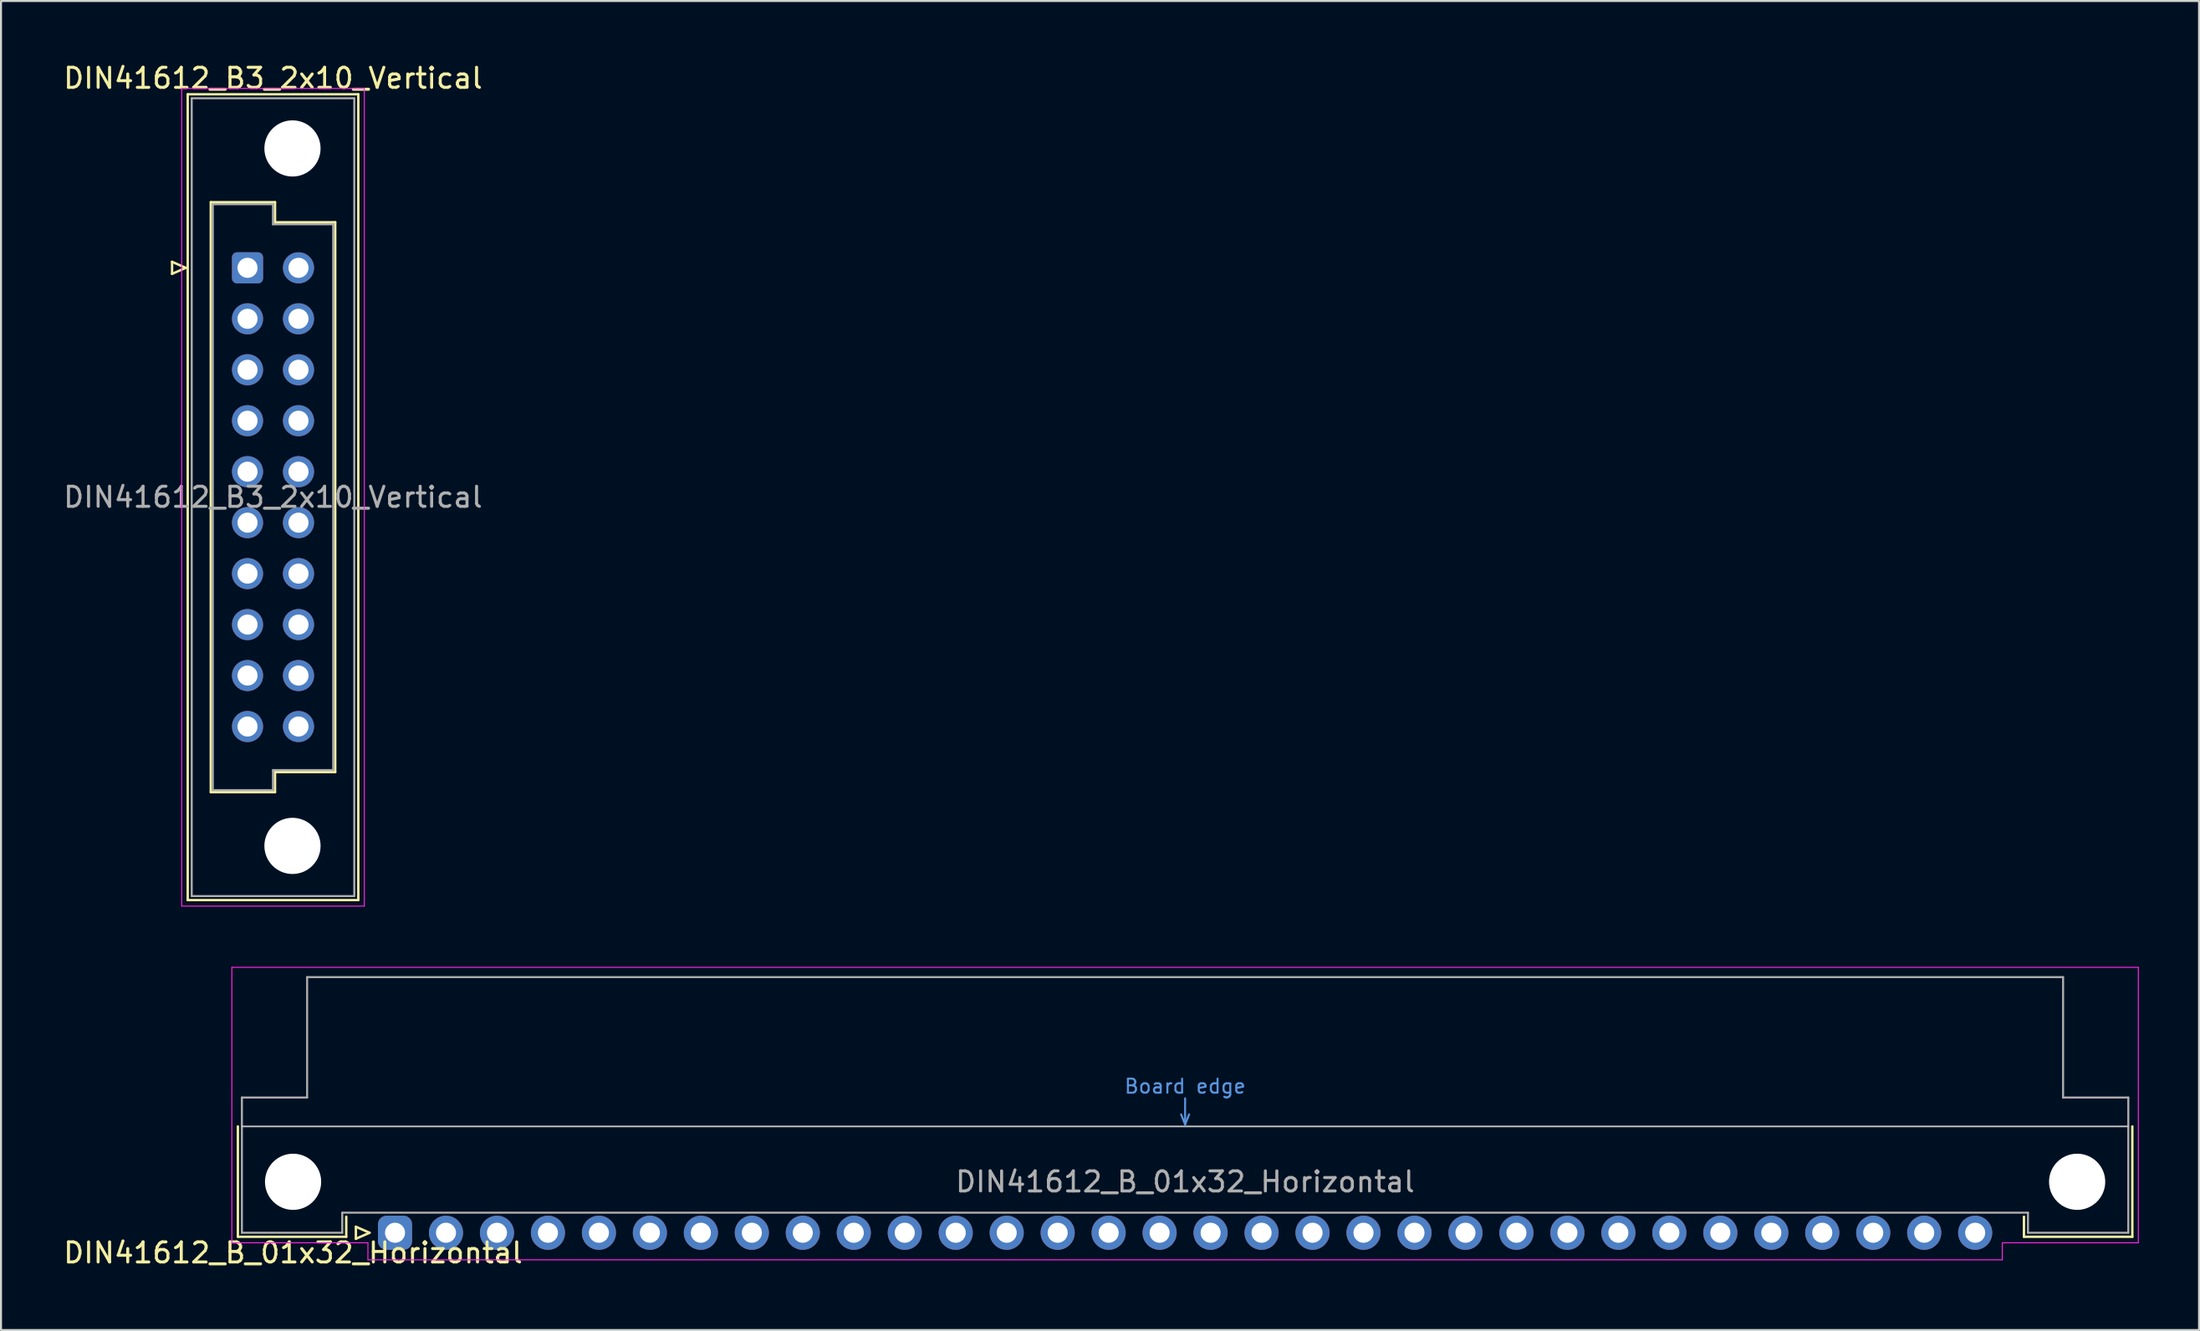
<source format=kicad_pcb>
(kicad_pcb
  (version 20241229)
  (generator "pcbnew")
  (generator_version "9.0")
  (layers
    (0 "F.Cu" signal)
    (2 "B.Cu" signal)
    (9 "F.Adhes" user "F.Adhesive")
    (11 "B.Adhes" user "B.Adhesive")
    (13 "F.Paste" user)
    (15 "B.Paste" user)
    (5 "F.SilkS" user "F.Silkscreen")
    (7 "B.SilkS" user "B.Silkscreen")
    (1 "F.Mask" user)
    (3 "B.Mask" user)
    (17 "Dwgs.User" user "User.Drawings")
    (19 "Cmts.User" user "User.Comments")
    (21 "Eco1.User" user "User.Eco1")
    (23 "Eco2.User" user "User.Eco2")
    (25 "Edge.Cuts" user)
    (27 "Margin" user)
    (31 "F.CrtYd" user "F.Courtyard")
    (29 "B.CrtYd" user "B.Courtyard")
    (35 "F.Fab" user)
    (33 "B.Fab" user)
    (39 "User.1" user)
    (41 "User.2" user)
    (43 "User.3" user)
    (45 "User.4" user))
  (footprint "DIN41612_B_01x32_Horizontal"
    (layer "F.Cu")
    (at 16.634 58.388)
    (property "Reference" "DIN41612_B_01x32_Horizontal" (at -5.08 1 0) (layer "F.SilkS") (effects (font (size 1 1) (thickness 0.15))))
    (attr through_hole)
    (fp_line (start -7.83 -5.3) (end -7.83 0.2) (stroke (width 0.12) (type solid)) (layer "F.SilkS"))
    (fp_line (start -7.83 0.2) (end -2.43 0.2) (stroke (width 0.12) (type solid)) (layer "F.SilkS"))
    (fp_line (start -2.43 0.2) (end -2.43 -0.8) (stroke (width 0.12) (type solid)) (layer "F.SilkS"))
    (fp_line (start -1.95 -0.3) (end -1.95 0.3) (stroke (width 0.12) (type solid)) (layer "F.SilkS"))
    (fp_line (start -1.95 0.3) (end -1.27 0) (stroke (width 0.12) (type solid)) (layer "F.SilkS"))
    (fp_line (start -1.27 0) (end -1.95 -0.3) (stroke (width 0.12) (type solid)) (layer "F.SilkS"))
    (fp_line (start 81.17 0.2) (end 81.17 -0.8) (stroke (width 0.12) (type solid)) (layer "F.SilkS"))
    (fp_line (start 86.57 -5.3) (end 86.57 0.2) (stroke (width 0.12) (type solid)) (layer "F.SilkS"))
    (fp_line (start 86.57 0.2) (end 81.17 0.2) (stroke (width 0.12) (type solid)) (layer "F.SilkS"))
    (fp_line (start -7.63 -5.3) (end 86.37 -5.3) (stroke (width 0.08) (type solid)) (layer "Dwgs.User"))
    (fp_line (start 39.17 -5.9) (end 39.37 -5.4) (stroke (width 0.1) (type solid)) (layer "Cmts.User"))
    (fp_line (start 39.37 -5.4) (end 39.37 -6.7) (stroke (width 0.1) (type solid)) (layer "Cmts.User"))
    (fp_line (start 39.37 -5.4) (end 39.57 -5.9) (stroke (width 0.1) (type solid)) (layer "Cmts.User"))
    (fp_line (start -8.13 -13.23) (end -8.13 0.5) (stroke (width 0.05) (type solid)) (layer "F.CrtYd"))
    (fp_line (start -8.13 0.5) (end -1.35 0.5) (stroke (width 0.05) (type solid)) (layer "F.CrtYd"))
    (fp_line (start -1.35 0.5) (end -1.35 1.35) (stroke (width 0.05) (type solid)) (layer "F.CrtYd"))
    (fp_line (start -1.35 1.35) (end 80.09 1.35) (stroke (width 0.05) (type solid)) (layer "F.CrtYd"))
    (fp_line (start 80.09 0.5) (end 86.87 0.5) (stroke (width 0.05) (type solid)) (layer "F.CrtYd"))
    (fp_line (start 80.09 1.35) (end 80.09 0.5) (stroke (width 0.05) (type solid)) (layer "F.CrtYd"))
    (fp_line (start 86.87 -13.23) (end -8.13 -13.23) (stroke (width 0.05) (type solid)) (layer "F.CrtYd"))
    (fp_line (start 86.87 0.5) (end 86.87 -13.23) (stroke (width 0.05) (type solid)) (layer "F.CrtYd"))
    (fp_line (start -7.63 -6.74) (end -7.63 0) (stroke (width 0.1) (type solid)) (layer "F.Fab"))
    (fp_line (start -7.63 0) (end -2.63 0) (stroke (width 0.1) (type solid)) (layer "F.Fab"))
    (fp_line (start -4.38 -12.74) (end -4.38 -6.74) (stroke (width 0.1) (type solid)) (layer "F.Fab"))
    (fp_line (start -4.38 -6.74) (end -7.63 -6.74) (stroke (width 0.1) (type solid)) (layer "F.Fab"))
    (fp_line (start -2.63 -1) (end 81.37 -1) (stroke (width 0.1) (type solid)) (layer "F.Fab"))
    (fp_line (start -2.63 0) (end -2.63 -1) (stroke (width 0.1) (type solid)) (layer "F.Fab"))
    (fp_line (start 81.37 -1) (end 81.37 0) (stroke (width 0.1) (type solid)) (layer "F.Fab"))
    (fp_line (start 81.37 0) (end 86.37 0) (stroke (width 0.1) (type solid)) (layer "F.Fab"))
    (fp_line (start 83.12 -12.74) (end -4.38 -12.74) (stroke (width 0.1) (type solid)) (layer "F.Fab"))
    (fp_line (start 83.12 -6.74) (end 83.12 -12.74) (stroke (width 0.1) (type solid)) (layer "F.Fab"))
    (fp_line (start 86.37 -6.74) (end 83.12 -6.74) (stroke (width 0.1) (type solid)) (layer "F.Fab"))
    (fp_line (start 86.37 0) (end 86.37 -6.74) (stroke (width 0.1) (type solid)) (layer "F.Fab"))
    (fp_text user "Board edge" (at 39.37 -7.3 0) (layer "Cmts.User") (effects (font (size 0.7 0.7) (thickness 0.1))))
    (fp_text user "${REFERENCE}" (at 39.37 -2.54 0) (layer "F.Fab") (effects (font (size 1 1) (thickness 0.15))))
    (pad "" np_thru_hole circle (at -5.08 -2.54) (size 2.8 2.8) (drill 2.8) (layers "*.Cu" "*.Mask"))
    (pad "" np_thru_hole circle (at 83.82 -2.54) (size 2.8 2.8) (drill 2.8) (layers "*.Cu" "*.Mask"))
    (pad "a1" thru_hole roundrect (at 0 0) (size 1.7 1.7) (drill 1) (layers "*.Cu" "*.Mask") (roundrect_rratio 0.25))
    (pad "a2" thru_hole circle (at 2.54 0) (size 1.7 1.7) (drill 1) (layers "*.Cu" "*.Mask"))
    (pad "a3" thru_hole circle (at 5.08 0) (size 1.7 1.7) (drill 1) (layers "*.Cu" "*.Mask"))
    (pad "a4" thru_hole circle (at 7.62 0) (size 1.7 1.7) (drill 1) (layers "*.Cu" "*.Mask"))
    (pad "a5" thru_hole circle (at 10.16 0) (size 1.7 1.7) (drill 1) (layers "*.Cu" "*.Mask"))
    (pad "a6" thru_hole circle (at 12.7 0) (size 1.7 1.7) (drill 1) (layers "*.Cu" "*.Mask"))
    (pad "a7" thru_hole circle (at 15.24 0) (size 1.7 1.7) (drill 1) (layers "*.Cu" "*.Mask"))
    (pad "a8" thru_hole circle (at 17.78 0) (size 1.7 1.7) (drill 1) (layers "*.Cu" "*.Mask"))
    (pad "a9" thru_hole circle (at 20.32 0) (size 1.7 1.7) (drill 1) (layers "*.Cu" "*.Mask"))
    (pad "a10" thru_hole circle (at 22.86 0) (size 1.7 1.7) (drill 1) (layers "*.Cu" "*.Mask"))
    (pad "a11" thru_hole circle (at 25.4 0) (size 1.7 1.7) (drill 1) (layers "*.Cu" "*.Mask"))
    (pad "a12" thru_hole circle (at 27.94 0) (size 1.7 1.7) (drill 1) (layers "*.Cu" "*.Mask"))
    (pad "a13" thru_hole circle (at 30.48 0) (size 1.7 1.7) (drill 1) (layers "*.Cu" "*.Mask"))
    (pad "a14" thru_hole circle (at 33.02 0) (size 1.7 1.7) (drill 1) (layers "*.Cu" "*.Mask"))
    (pad "a15" thru_hole circle (at 35.56 0) (size 1.7 1.7) (drill 1) (layers "*.Cu" "*.Mask"))
    (pad "a16" thru_hole circle (at 38.1 0) (size 1.7 1.7) (drill 1) (layers "*.Cu" "*.Mask"))
    (pad "a17" thru_hole circle (at 40.64 0) (size 1.7 1.7) (drill 1) (layers "*.Cu" "*.Mask"))
    (pad "a18" thru_hole circle (at 43.18 0) (size 1.7 1.7) (drill 1) (layers "*.Cu" "*.Mask"))
    (pad "a19" thru_hole circle (at 45.72 0) (size 1.7 1.7) (drill 1) (layers "*.Cu" "*.Mask"))
    (pad "a20" thru_hole circle (at 48.26 0) (size 1.7 1.7) (drill 1) (layers "*.Cu" "*.Mask"))
    (pad "a21" thru_hole circle (at 50.8 0) (size 1.7 1.7) (drill 1) (layers "*.Cu" "*.Mask"))
    (pad "a22" thru_hole circle (at 53.34 0) (size 1.7 1.7) (drill 1) (layers "*.Cu" "*.Mask"))
    (pad "a23" thru_hole circle (at 55.88 0) (size 1.7 1.7) (drill 1) (layers "*.Cu" "*.Mask"))
    (pad "a24" thru_hole circle (at 58.42 0) (size 1.7 1.7) (drill 1) (layers "*.Cu" "*.Mask"))
    (pad "a25" thru_hole circle (at 60.96 0) (size 1.7 1.7) (drill 1) (layers "*.Cu" "*.Mask"))
    (pad "a26" thru_hole circle (at 63.5 0) (size 1.7 1.7) (drill 1) (layers "*.Cu" "*.Mask"))
    (pad "a27" thru_hole circle (at 66.04 0) (size 1.7 1.7) (drill 1) (layers "*.Cu" "*.Mask"))
    (pad "a28" thru_hole circle (at 68.58 0) (size 1.7 1.7) (drill 1) (layers "*.Cu" "*.Mask"))
    (pad "a29" thru_hole circle (at 71.12 0) (size 1.7 1.7) (drill 1) (layers "*.Cu" "*.Mask"))
    (pad "a30" thru_hole circle (at 73.66 0) (size 1.7 1.7) (drill 1) (layers "*.Cu" "*.Mask"))
    (pad "a31" thru_hole circle (at 76.2 0) (size 1.7 1.7) (drill 1) (layers "*.Cu" "*.Mask"))
    (pad "a32" thru_hole circle (at 78.74 0) (size 1.7 1.7) (drill 1) (layers "*.Cu" "*.Mask")))
  (footprint "DIN41612_B3_2x10_Vertical"
    (layer "F.Cu")
    (at 9.284 10.298)
    (property "Reference" "DIN41612_B3_2x10_Vertical" (at 1.27 -9.45 0) (layer "F.SilkS") (effects (font (size 1 1) (thickness 0.15))))
    (attr through_hole)
    (fp_line (start -3.76 -0.3) (end -3.76 0.3) (stroke (width 0.12) (type solid)) (layer "F.SilkS"))
    (fp_line (start -3.76 0.3) (end -3.08 0) (stroke (width 0.12) (type solid)) (layer "F.SilkS"))
    (fp_line (start -3.08 0) (end -3.76 -0.3) (stroke (width 0.12) (type solid)) (layer "F.SilkS"))
    (fp_line (start -2.98 -8.65) (end 5.52 -8.65) (stroke (width 0.12) (type solid)) (layer "F.SilkS"))
    (fp_line (start -2.98 31.51) (end -2.98 -8.65) (stroke (width 0.12) (type solid)) (layer "F.SilkS"))
    (fp_line (start -1.83 -3.27) (end 1.37 -3.27) (stroke (width 0.12) (type solid)) (layer "F.SilkS"))
    (fp_line (start -1.83 26.13) (end -1.83 -3.27) (stroke (width 0.12) (type solid)) (layer "F.SilkS"))
    (fp_line (start 1.37 -3.27) (end 1.37 -2.27) (stroke (width 0.12) (type solid)) (layer "F.SilkS"))
    (fp_line (start 1.37 -2.27) (end 4.37 -2.27) (stroke (width 0.12) (type solid)) (layer "F.SilkS"))
    (fp_line (start 1.37 25.13) (end 1.37 26.13) (stroke (width 0.12) (type solid)) (layer "F.SilkS"))
    (fp_line (start 1.37 26.13) (end -1.83 26.13) (stroke (width 0.12) (type solid)) (layer "F.SilkS"))
    (fp_line (start 4.37 -2.27) (end 4.37 25.13) (stroke (width 0.12) (type solid)) (layer "F.SilkS"))
    (fp_line (start 4.37 25.13) (end 1.37 25.13) (stroke (width 0.12) (type solid)) (layer "F.SilkS"))
    (fp_line (start 5.52 -8.65) (end 5.52 31.51) (stroke (width 0.12) (type solid)) (layer "F.SilkS"))
    (fp_line (start 5.52 31.51) (end -2.98 31.51) (stroke (width 0.12) (type solid)) (layer "F.SilkS"))
    (fp_line (start -3.28 -8.94) (end 5.82 -8.94) (stroke (width 0.05) (type solid)) (layer "F.CrtYd"))
    (fp_line (start -3.28 31.81) (end -3.28 -8.94) (stroke (width 0.05) (type solid)) (layer "F.CrtYd"))
    (fp_line (start 5.82 -8.94) (end 5.82 31.81) (stroke (width 0.05) (type solid)) (layer "F.CrtYd"))
    (fp_line (start 5.82 31.81) (end -3.28 31.81) (stroke (width 0.05) (type solid)) (layer "F.CrtYd"))
    (fp_line (start -2.78 -8.45) (end 5.32 -8.45) (stroke (width 0.1) (type solid)) (layer "F.Fab"))
    (fp_line (start -2.78 31.31) (end -2.78 -8.45) (stroke (width 0.1) (type solid)) (layer "F.Fab"))
    (fp_line (start -1.73 -3.17) (end 1.27 -3.17) (stroke (width 0.1) (type solid)) (layer "F.Fab"))
    (fp_line (start -1.73 26.03) (end -1.73 -3.17) (stroke (width 0.1) (type solid)) (layer "F.Fab"))
    (fp_line (start 1.27 -3.17) (end 1.27 -2.17) (stroke (width 0.1) (type solid)) (layer "F.Fab"))
    (fp_line (start 1.27 -2.17) (end 4.27 -2.17) (stroke (width 0.1) (type solid)) (layer "F.Fab"))
    (fp_line (start 1.27 25.03) (end 1.27 26.03) (stroke (width 0.1) (type solid)) (layer "F.Fab"))
    (fp_line (start 1.27 26.03) (end -1.73 26.03) (stroke (width 0.1) (type solid)) (layer "F.Fab"))
    (fp_line (start 4.27 -2.17) (end 4.27 25.03) (stroke (width 0.1) (type solid)) (layer "F.Fab"))
    (fp_line (start 4.27 25.03) (end 1.27 25.03) (stroke (width 0.1) (type solid)) (layer "F.Fab"))
    (fp_line (start 5.32 -8.45) (end 5.32 31.31) (stroke (width 0.1) (type solid)) (layer "F.Fab"))
    (fp_line (start 5.32 31.31) (end -2.78 31.31) (stroke (width 0.1) (type solid)) (layer "F.Fab"))
    (fp_text user "${REFERENCE}" (at 1.27 11.43 0) (layer "F.Fab") (effects (font (size 1 1) (thickness 0.15))))
    (pad "" np_thru_hole circle (at 2.24 -5.95) (size 2.8 2.8) (drill 2.8) (layers "*.Cu" "*.Mask"))
    (pad "" np_thru_hole circle (at 2.24 28.81) (size 2.8 2.8) (drill 2.8) (layers "*.Cu" "*.Mask"))
    (pad "a1" thru_hole roundrect (at 0 0) (size 1.55 1.55) (drill 1) (layers "*.Cu" "*.Mask") (roundrect_rratio 0.161))
    (pad "a2" thru_hole circle (at 0 2.54) (size 1.55 1.55) (drill 1) (layers "*.Cu" "*.Mask"))
    (pad "a3" thru_hole circle (at 0 5.08) (size 1.55 1.55) (drill 1) (layers "*.Cu" "*.Mask"))
    (pad "a4" thru_hole circle (at 0 7.62) (size 1.55 1.55) (drill 1) (layers "*.Cu" "*.Mask"))
    (pad "a5" thru_hole circle (at 0 10.16) (size 1.55 1.55) (drill 1) (layers "*.Cu" "*.Mask"))
    (pad "a6" thru_hole circle (at 0 12.7) (size 1.55 1.55) (drill 1) (layers "*.Cu" "*.Mask"))
    (pad "a7" thru_hole circle (at 0 15.24) (size 1.55 1.55) (drill 1) (layers "*.Cu" "*.Mask"))
    (pad "a8" thru_hole circle (at 0 17.78) (size 1.55 1.55) (drill 1) (layers "*.Cu" "*.Mask"))
    (pad "a9" thru_hole circle (at 0 20.32) (size 1.55 1.55) (drill 1) (layers "*.Cu" "*.Mask"))
    (pad "a10" thru_hole circle (at 0 22.86) (size 1.55 1.55) (drill 1) (layers "*.Cu" "*.Mask"))
    (pad "b1" thru_hole circle (at 2.54 0) (size 1.55 1.55) (drill 1) (layers "*.Cu" "*.Mask"))
    (pad "b2" thru_hole circle (at 2.54 2.54) (size 1.55 1.55) (drill 1) (layers "*.Cu" "*.Mask"))
    (pad "b3" thru_hole circle (at 2.54 5.08) (size 1.55 1.55) (drill 1) (layers "*.Cu" "*.Mask"))
    (pad "b4" thru_hole circle (at 2.54 7.62) (size 1.55 1.55) (drill 1) (layers "*.Cu" "*.Mask"))
    (pad "b5" thru_hole circle (at 2.54 10.16) (size 1.55 1.55) (drill 1) (layers "*.Cu" "*.Mask"))
    (pad "b6" thru_hole circle (at 2.54 12.7) (size 1.55 1.55) (drill 1) (layers "*.Cu" "*.Mask"))
    (pad "b7" thru_hole circle (at 2.54 15.24) (size 1.55 1.55) (drill 1) (layers "*.Cu" "*.Mask"))
    (pad "b8" thru_hole circle (at 2.54 17.78) (size 1.55 1.55) (drill 1) (layers "*.Cu" "*.Mask"))
    (pad "b9" thru_hole circle (at 2.54 20.32) (size 1.55 1.55) (drill 1) (layers "*.Cu" "*.Mask"))
    (pad "b10" thru_hole circle (at 2.54 22.86) (size 1.55 1.55) (drill 1) (layers "*.Cu" "*.Mask")))
  (gr_rect
    (start -3 -3)
    (end 106.529 63.236)
    (stroke (width 0.1) (type default))
    (fill no)
    (layer "Edge.Cuts")))
</source>
